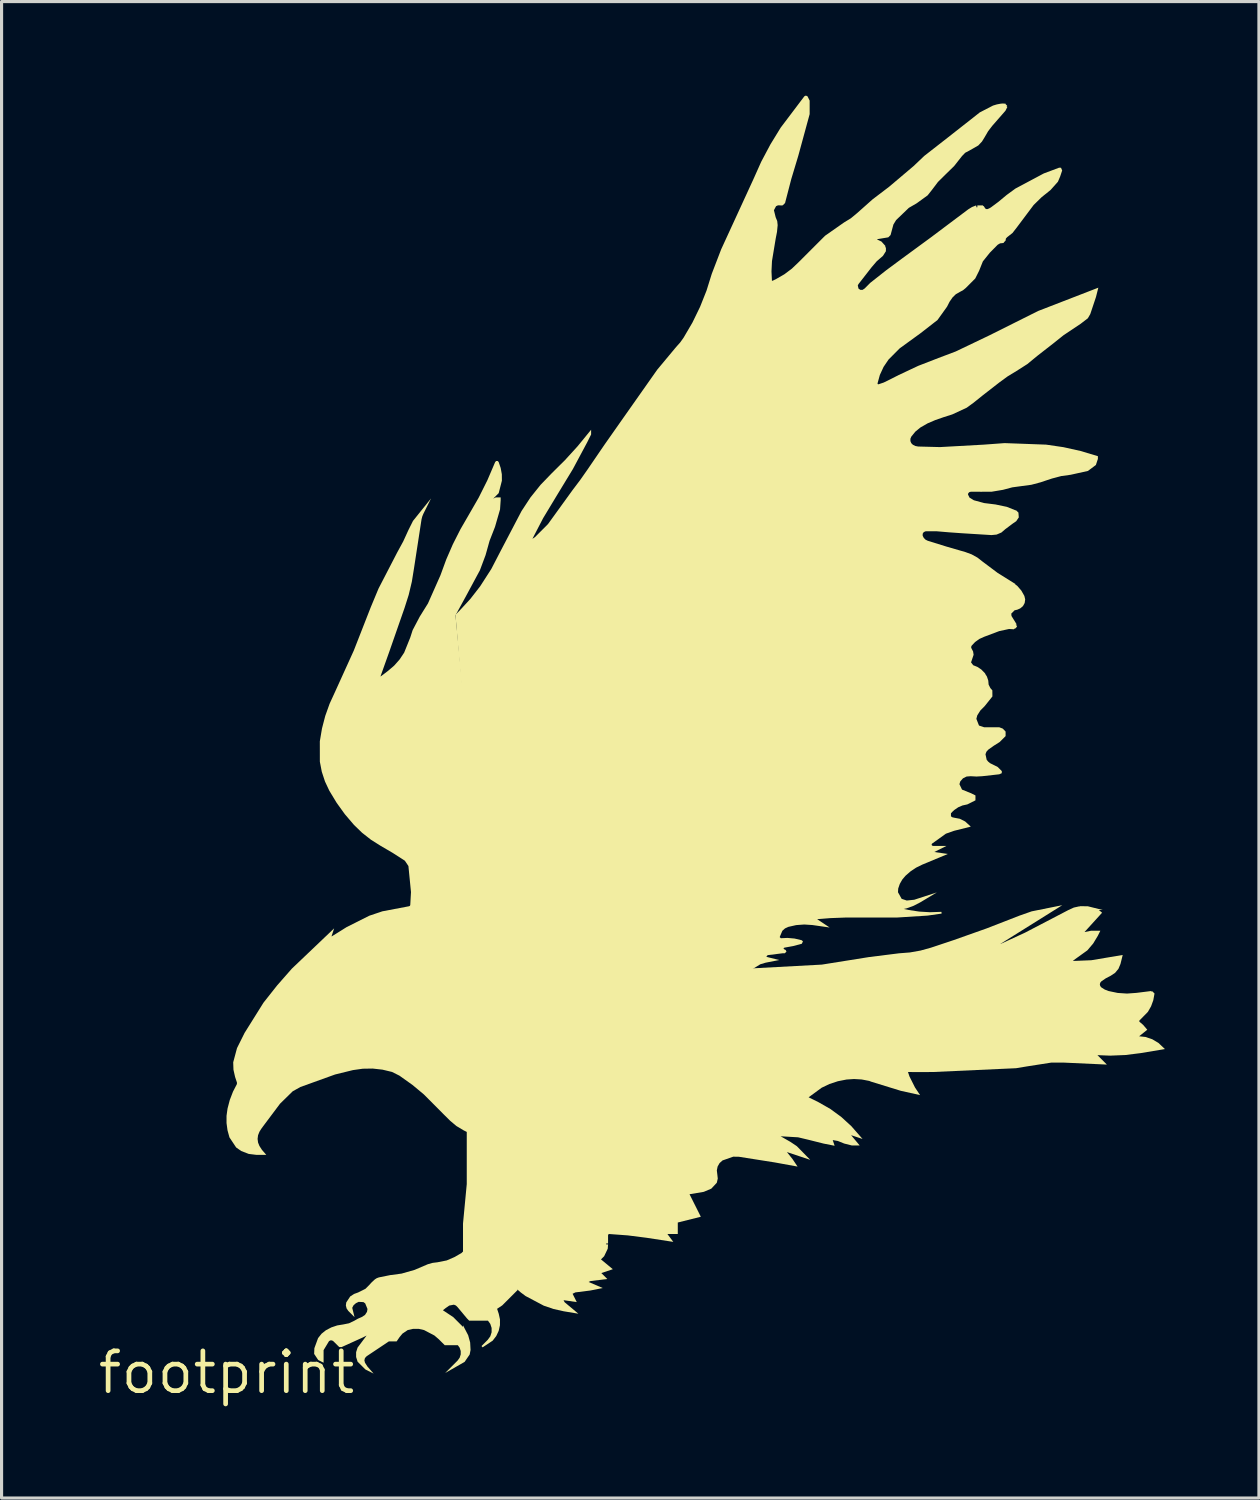
<source format=kicad_pcb>
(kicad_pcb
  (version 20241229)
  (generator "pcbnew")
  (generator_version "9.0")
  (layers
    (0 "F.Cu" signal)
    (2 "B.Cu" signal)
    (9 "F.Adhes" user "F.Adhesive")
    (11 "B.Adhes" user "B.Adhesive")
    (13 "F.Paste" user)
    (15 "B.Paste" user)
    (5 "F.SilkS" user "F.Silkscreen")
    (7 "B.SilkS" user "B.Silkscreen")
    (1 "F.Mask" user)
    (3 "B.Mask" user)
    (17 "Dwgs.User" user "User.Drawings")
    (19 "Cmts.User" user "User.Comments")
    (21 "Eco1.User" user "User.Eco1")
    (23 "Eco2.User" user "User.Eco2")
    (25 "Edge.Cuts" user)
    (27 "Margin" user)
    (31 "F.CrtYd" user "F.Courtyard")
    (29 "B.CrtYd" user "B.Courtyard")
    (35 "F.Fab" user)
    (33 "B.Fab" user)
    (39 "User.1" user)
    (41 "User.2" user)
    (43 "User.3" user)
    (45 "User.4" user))
  (footprint "footprint"
    (layer "F.Cu")
    (at 4.18 40.748)
    (property "Reference" "footprint" (at 0 0 0) (layer "F.SilkS") (effects (font (size 1.27 1.27) (thickness 0.15))))
    (fp_poly (pts (xy 1.213 -10.339) (xy 1.402 -10.184) (xy 1.383 -10.16) (xy 1.41 -10.173) (xy 1.483 -10.015) (xy 1.473 -9.671) (xy 1.398 -9.53) (xy 1.155 -9.351) (xy 0.987 -9.313) (xy 0.817 -9.313) (xy 0.65 -9.351) (xy 0.566 -9.403) (xy 0.513 -9.488) (xy 0.485 -9.649) (xy 0.512 -9.804) (xy 0.541 -9.8) (xy 0.519 -9.82) (xy 0.568 -9.873) (xy 0.608 -9.856) (xy 0.567 -9.918) (xy 0.635 -10.055) (xy 0.691 -10.151) (xy 0.76 -10.241) (xy 0.852 -10.318) (xy 0.964 -10.363) (xy 1.085 -10.371)) (stroke (width 0) (type solid)) (fill yes) (layer "F.SilkS"))
    (fp_poly (pts (xy 24.694 -13.677) (xy 24.703 -13.677) (xy 25.478 -14.035) (xy 26.861 -14.756) (xy 27.038 -14.837) (xy 27.228 -14.879) (xy 27.234 -14.85) (xy 27.234 -14.88) (xy 27.482 -14.878) (xy 27.96 -14.759) (xy 27.835 -14.759) (xy 27.939 -14.672) (xy 27.378 -14.055) (xy 27.592 -14.098) (xy 27.884 -14.098) (xy 27.802 -13.933) (xy 27.655 -13.69) (xy 27.469 -13.471) (xy 27.014 -13.144) (xy 27.012 -13.142) (xy 27.015 -13.136) (xy 27.113 -13.136) (xy 27.596 -13.156) (xy 28.597 -13.324) (xy 28.526 -13.037) (xy 28.461 -12.882) (xy 28.352 -12.751) (xy 28.212 -12.659) (xy 28.056 -12.578) (xy 27.916 -12.482) (xy 27.88 -12.438) (xy 27.867 -12.385) (xy 27.88 -12.332) (xy 27.916 -12.288) (xy 28.024 -12.22) (xy 28.145 -12.173) (xy 28.437 -12.112) (xy 28.735 -12.092) (xy 29.035 -12.114) (xy 29.515 -12.174) (xy 29.519 -12.144) (xy 29.54 -12.166) (xy 29.612 -12.094) (xy 29.573 -11.88) (xy 29.503 -11.687) (xy 29.401 -11.508) (xy 29.128 -11.23) (xy 29.128 -11.196) (xy 29.249 -11.093) (xy 29.381 -10.938) (xy 29.121 -10.729) (xy 29.325 -10.707) (xy 29.541 -10.634) (xy 29.737 -10.517) (xy 29.944 -10.321) (xy 29.163 -10.191) (xy 28.682 -10.131) (xy 28.197 -10.111) (xy 27.791 -10.127) (xy 28.092 -9.826) (xy 26.693 -9.89) (xy 26.312 -9.888) (xy 25.556 -9.77) (xy 25.194 -9.71) (xy 22.546 -9.589) (xy 22.124 -9.586) (xy 21.745 -9.589) (xy 21.791 -9.45) (xy 21.97 -9.093) (xy 22.131 -8.852) (xy 21.515 -8.989) (xy 20.542 -9.289) (xy 20.553 -9.289) (xy 20.501 -9.306) (xy 20.265 -9.351) (xy 20.024 -9.365) (xy 19.784 -9.349) (xy 19.509 -9.295) (xy 19.242 -9.207) (xy 18.99 -9.087) (xy 18.574 -8.782) (xy 18.892 -8.624) (xy 19.268 -8.409) (xy 19.618 -8.153) (xy 19.938 -7.86) (xy 20.295 -7.452) (xy 19.93 -7.573) (xy 20.204 -7.244) (xy 19.956 -7.244) (xy 19.71 -7.306) (xy 19.507 -7.388) (xy 19.343 -7.417) (xy 19.404 -7.235) (xy 19.052 -7.305) (xy 18.57 -7.426) (xy 18.238 -7.505) (xy 17.681 -7.538) (xy 17.992 -7.36) (xy 18.197 -7.223) (xy 18.625 -6.786) (xy 17.882 -7.034) (xy 18.06 -6.811) (xy 18.221 -6.571) (xy 17.49 -6.704) (xy 16.35 -6.884) (xy 16.169 -6.887) (xy 15.827 -6.767) (xy 15.733 -6.683) (xy 15.67 -6.572) (xy 15.645 -6.448) (xy 15.661 -6.316) (xy 15.675 -6.188) (xy 15.644 -6.055) (xy 15.469 -5.867) (xy 15.229 -5.765) (xy 14.774 -5.689) (xy 15.134 -4.97) (xy 14.399 -4.786) (xy 14.399 -4.419) (xy 14.068 -4.419) (xy 14.256 -4.168) (xy 13.403 -4.299) (xy 12.804 -4.375) (xy 12.209 -4.419) (xy 12.184 -4.409) (xy 12.174 -4.383) (xy 12.174 -4.118) (xy 12.114 -4.118) (xy 12.114 -4.088) (xy 12.144 -4.088) (xy 12.174 -4.086) (xy 12.164 -3.951) (xy 12.049 -3.71) (xy 11.948 -3.609) (xy 12.326 -3.296) (xy 11.959 -3.173) (xy 12.149 -2.984) (xy 11.612 -2.917) (xy 11.554 -2.888) (xy 12.004 -2.695) (xy 11.608 -2.616) (xy 11.131 -2.556) (xy 11.042 -2.512) (xy 11.175 -2.247) (xy 10.754 -2.307) (xy 10.786 -2.244) (xy 11.226 -1.876) (xy 10.756 -1.954) (xy 10.435 -2.026) (xy 10.123 -2.132) (xy 9.543 -2.439) (xy 9.386 -2.556) (xy 9.23 -2.691) (xy 8.324 -12.835) (xy 16.773 -12.896) (xy 18.995 -13.016) (xy 20.497 -13.256) (xy 21.46 -13.377) (xy 21.805 -13.404) (xy 22.144 -13.464) (xy 22.476 -13.556) (xy 23.196 -13.796) (xy 24.254 -14.171) (xy 25.3 -14.578) (xy 25.693 -14.716) (xy 26.668 -14.912)) (stroke (width 0) (type solid)) (fill yes) (layer "F.SilkS"))
    (fp_poly (pts (xy 4.601 -24.42) (xy 4.85 -25.018) (xy 5.444 -26.166) (xy 5.637 -26.52) (xy 5.805 -26.887) (xy 5.949 -27.175) (xy 6.525 -27.893) (xy 6.28 -27.402) (xy 6.245 -27.317) (xy 6.222 -27.228) (xy 5.982 -25.667) (xy 5.913 -25.238) (xy 5.812 -24.814) (xy 5.68 -24.399) (xy 5.198 -23.016) (xy 4.912 -22.214) (xy 4.92 -22.214) (xy 5.151 -22.388) (xy 5.35 -22.559) (xy 5.523 -22.755) (xy 5.667 -22.971) (xy 5.863 -23.457) (xy 5.938 -23.69) (xy 6.166 -24.123) (xy 6.427 -24.542) (xy 6.826 -25.442) (xy 7.009 -25.942) (xy 7.222 -26.432) (xy 7.463 -26.908) (xy 7.73 -27.37) (xy 8.043 -27.913) (xy 8.323 -28.473) (xy 8.572 -29.055) (xy 8.602 -29.086) (xy 8.652 -29.086) (xy 8.683 -29.054) (xy 8.747 -28.865) (xy 8.784 -28.664) (xy 8.786 -28.458) (xy 8.684 -28.061) (xy 8.508 -27.885) (xy 8.59 -27.926) (xy 8.747 -27.926) (xy 8.747 -27.834) (xy 8.727 -27.542) (xy 8.566 -26.984) (xy 8.393 -26.541) (xy 8.265 -26.083) (xy 8.084 -25.599) (xy 7.872 -25.206) (xy 7.662 -24.815) (xy 7.305 -24.162) (xy 8.624 -10.491) (xy 8.625 -10.491) (xy 8.627 -10.466) (xy 8.63 -10.432) (xy 8.63 -10.432) (xy 9.29 -2.634) (xy 8.797 -2.141) (xy 8.633 -2.032) (xy 8.686 -1.872) (xy 8.725 -1.693) (xy 8.724 -1.509) (xy 8.684 -1.329) (xy 8.605 -1.162) (xy 8.491 -1.015) (xy 8.17 -0.802) (xy 8.136 -0.844) (xy 8.334 -1.042) (xy 8.416 -1.154) (xy 8.458 -1.284) (xy 8.458 -1.421) (xy 8.416 -1.551) (xy 8.342 -1.653) (xy 7.743 -1.653) (xy 7.673 -1.724) (xy 7.373 -2.084) (xy 7.318 -2.138) (xy 7.254 -2.164) (xy 7.106 -2.136) (xy 6.989 -2.054) (xy 6.904 -1.986) (xy 7.234 -1.767) (xy 7.545 -1.455) (xy 7.545 -1.505) (xy 7.71 -1.188) (xy 7.773 -0.958) (xy 7.786 -0.719) (xy 7.758 -0.574) (xy 7.596 -0.338) (xy 6.975 0.017) (xy 7.372 -0.38) (xy 7.438 -0.471) (xy 7.472 -0.576) (xy 7.472 -0.686) (xy 7.438 -0.791) (xy 7.379 -0.872) (xy 6.961 -0.872) (xy 6.773 -1.06) (xy 6.632 -1.181) (xy 6.302 -1.354) (xy 6.131 -1.393) (xy 5.954 -1.393) (xy 5.783 -1.355) (xy 5.612 -1.24) (xy 5.52 -1.128) (xy 5.427 -0.992) (xy 5.179 -0.992) (xy 4.646 -0.636) (xy 4.556 -0.576) (xy 4.469 -0.518) (xy 4.416 -0.46) (xy 4.398 -0.388) (xy 4.417 -0.313) (xy 4.494 -0.192) (xy 4.692 0.035) (xy 4.431 -0.096) (xy 4.178 -0.348) (xy 4.178 -0.356) (xy 4.134 -0.494) (xy 4.134 -0.648) (xy 4.181 -0.795) (xy 4.469 -1.179) (xy 4.342 -1.115) (xy 3.674 -0.812) (xy 3.595 -0.812) (xy 3.408 -0.998) (xy 3.362 -1.025) (xy 3.312 -1.025) (xy 3.269 -1) (xy 3.096 -0.713) (xy 3.096 -0.312) (xy 2.925 -0.398) (xy 2.795 -0.593) (xy 2.802 -0.775) (xy 2.92 -1.097) (xy 3.031 -1.237) (xy 3.17 -1.348) (xy 3.344 -1.439) (xy 3.531 -1.502) (xy 3.722 -1.533) (xy 3.906 -1.57) (xy 4.074 -1.65) (xy 4.192 -1.717) (xy 4.314 -1.77) (xy 4.417 -1.836) (xy 4.481 -1.935) (xy 4.497 -2.026) (xy 4.424 -2.205) (xy 4.368 -2.246) (xy 4.215 -2.254) (xy 4.127 -2.211) (xy 4.052 -2.145) (xy 4.01 -2.064) (xy 4.083 -1.767) (xy 3.885 -1.965) (xy 3.831 -2.042) (xy 3.807 -2.137) (xy 3.819 -2.235) (xy 3.946 -2.427) (xy 4.068 -2.506) (xy 4.197 -2.553) (xy 4.431 -2.67) (xy 4.547 -2.786) (xy 4.634 -2.881) (xy 4.731 -2.97) (xy 4.793 -3.01) (xy 4.862 -3.035) (xy 5.224 -3.108) (xy 5.585 -3.156) (xy 6.002 -3.275) (xy 6.423 -3.455) (xy 6.575 -3.498) (xy 6.729 -3.517) (xy 7.025 -3.576) (xy 7.268 -3.681) (xy 7.497 -3.812) (xy 7.545 -3.86) (xy 7.545 -4.751) (xy 7.665 -6.013) (xy 7.665 -7.677) (xy 7.56 -7.73) (xy 7.335 -7.865) (xy 7.134 -8.034) (xy 6.922 -8.244) (xy 6.712 -8.456) (xy 6.293 -8.876) (xy 5.934 -9.175) (xy 5.516 -9.473) (xy 5.28 -9.591) (xy 4.975 -9.664) (xy 4.662 -9.699) (xy 4.347 -9.694) (xy 4.034 -9.65) (xy 3.464 -9.51) (xy 2.357 -9.111) (xy 2.111 -8.974) (xy 1.706 -8.577) (xy 1.167 -7.858) (xy 1.104 -7.771) (xy 1.049 -7.682) (xy 1.005 -7.571) (xy 0.99 -7.455) (xy 1.005 -7.338) (xy 1.049 -7.228) (xy 1.128 -7.106) (xy 1.268 -6.944) (xy 0.96 -6.944) (xy 0.707 -6.975) (xy 0.467 -7.068) (xy 0.305 -7.182) (xy 0.09 -7.506) (xy 0.09 -7.511) (xy 0.03 -7.729) (xy -0.001 -7.96) (xy -0.001 -8.192) (xy 0.031 -8.423) (xy 0.103 -8.697) (xy 0.205 -8.962) (xy 0.331 -9.206) (xy 0.331 -9.254) (xy 0.272 -9.431) (xy 0.22 -9.661) (xy 0.212 -9.899) (xy 0.333 -10.351) (xy 0.575 -10.837) (xy 1.178 -11.801) (xy 1.616 -12.355) (xy 2.083 -12.887) (xy 3.433 -14.173) (xy 3.349 -13.918) (xy 3.358 -13.918) (xy 3.833 -14.214) (xy 4.557 -14.577) (xy 4.973 -14.717) (xy 5.822 -14.878) (xy 5.85 -14.892) (xy 5.862 -14.917) (xy 5.885 -15.331) (xy 5.803 -16.162) (xy 5.69 -16.331) (xy 5.31 -16.576) (xy 4.914 -16.808) (xy 4.609 -17) (xy 4.325 -17.223) (xy 4.066 -17.474) (xy 3.775 -17.815) (xy 3.513 -18.179) (xy 3.277 -18.569) (xy 3.277 -18.57) (xy 3.141 -18.859) (xy 3.039 -19.17) (xy 2.977 -19.492) (xy 2.976 -20.143) (xy 3.045 -20.552) (xy 3.149 -20.952) (xy 3.288 -21.341) (xy 3.46 -21.716) (xy 4.06 -23.038)) (stroke (width 0) (type solid)) (fill yes) (layer "F.SilkS"))
    (fp_poly (pts (xy 18.539 -40.724) (xy 18.607 -40.588) (xy 18.607 -40.156) (xy 18.245 -38.829) (xy 18.02 -38.082) (xy 17.825 -37.331) (xy 17.825 -37.322) (xy 17.749 -37.246) (xy 17.705 -37.241) (xy 17.673 -37.244) (xy 17.597 -37.246) (xy 17.535 -37.218) (xy 17.467 -37.09) (xy 17.523 -36.863) (xy 17.572 -36.745) (xy 17.586 -36.613) (xy 17.565 -36.397) (xy 17.524 -36.187) (xy 17.405 -35.468) (xy 17.389 -35.14) (xy 17.403 -34.84) (xy 17.428 -34.84) (xy 17.541 -34.896) (xy 17.801 -35.046) (xy 18.039 -35.225) (xy 18.256 -35.432) (xy 19.099 -36.275) (xy 19.703 -36.698) (xy 19.923 -36.833) (xy 20.121 -36.997) (xy 20.616 -37.437) (xy 21.144 -37.839) (xy 21.924 -38.499) (xy 22.265 -38.823) (xy 23.007 -39.402) (xy 23.849 -40.063) (xy 24.036 -40.211) (xy 24.458 -40.429) (xy 24.58 -40.466) (xy 24.705 -40.49) (xy 24.769 -40.495) (xy 24.861 -40.489) (xy 24.86 -40.473) (xy 24.911 -40.422) (xy 24.89 -40.401) (xy 24.917 -40.387) (xy 24.855 -40.264) (xy 24.432 -39.78) (xy 24.302 -39.61) (xy 24.194 -39.424) (xy 24.106 -39.281) (xy 23.989 -39.156) (xy 23.702 -38.992) (xy 23.571 -38.923) (xy 23.469 -38.818) (xy 23.218 -38.499) (xy 22.927 -38.215) (xy 22.701 -37.991) (xy 22.509 -37.737) (xy 22.372 -37.564) (xy 22.02 -37.309) (xy 21.773 -37.166) (xy 21.366 -36.775) (xy 21.28 -36.634) (xy 21.189 -36.297) (xy 21.116 -36.224) (xy 20.759 -36.165) (xy 20.764 -36.154) (xy 20.898 -36.09) (xy 21.024 -35.95) (xy 21.017 -35.944) (xy 21.041 -35.878) (xy 21.04 -35.781) (xy 20.945 -35.631) (xy 20.75 -35.463) (xy 20.585 -35.271) (xy 20.166 -34.733) (xy 20.143 -34.688) (xy 20.167 -34.587) (xy 20.224 -34.549) (xy 20.297 -34.549) (xy 20.362 -34.592) (xy 20.541 -34.772) (xy 21.048 -35.172) (xy 21.565 -35.555) (xy 22.467 -36.216) (xy 23.67 -37.119) (xy 23.789 -37.192) (xy 23.917 -37.242) (xy 23.928 -37.214) (xy 23.928 -37.184) (xy 23.958 -37.184) (xy 23.958 -37.244) (xy 24.138 -37.244) (xy 24.138 -37.232) (xy 24.168 -37.214) (xy 24.193 -37.172) (xy 24.23 -37.127) (xy 24.283 -37.125) (xy 24.337 -37.148) (xy 24.392 -37.18) (xy 24.631 -37.358) (xy 24.895 -37.577) (xy 25.174 -37.781) (xy 26.08 -38.264) (xy 26.568 -38.447) (xy 26.628 -38.445) (xy 26.665 -38.358) (xy 26.601 -38.166) (xy 26.53 -37.999) (xy 26.293 -37.733) (xy 26.01 -37.506) (xy 25.754 -37.255) (xy 25.214 -36.535) (xy 25.08 -36.363) (xy 24.91 -36.23) (xy 24.87 -36.187) (xy 24.86 -36.129) (xy 24.86 -36.12) (xy 24.8 -36.06) (xy 24.801 -36.045) (xy 24.683 -36.032) (xy 24.608 -35.988) (xy 24.357 -35.734) (xy 24.134 -35.456) (xy 24.015 -35.158) (xy 23.892 -34.912) (xy 23.739 -34.758) (xy 23.739 -34.758) (xy 23.588 -34.607) (xy 23.5 -34.535) (xy 23.401 -34.483) (xy 23.273 -34.41) (xy 23.169 -34.309) (xy 23.072 -34.169) (xy 22.992 -34.012) (xy 22.687 -33.586) (xy 22.142 -33.162) (xy 21.482 -32.683) (xy 21.125 -32.325) (xy 20.966 -32.09) (xy 20.847 -31.832) (xy 20.773 -31.563) (xy 20.78 -31.541) (xy 20.801 -31.534) (xy 20.971 -31.591) (xy 21.21 -31.709) (xy 21.45 -31.831) (xy 22.073 -32.124) (xy 22.715 -32.373) (xy 23.268 -32.582) (xy 24.336 -33.093) (xy 25.9 -33.875) (xy 27.819 -34.618) (xy 27.744 -34.32) (xy 27.562 -33.775) (xy 27.485 -33.642) (xy 27.252 -33.463) (xy 26.711 -33.102) (xy 26.411 -32.862) (xy 25.871 -32.441) (xy 25.554 -32.18) (xy 25.206 -31.958) (xy 24.929 -31.79) (xy 24.667 -31.599) (xy 24.127 -31.179) (xy 23.826 -30.938) (xy 23.619 -30.787) (xy 23.157 -30.573) (xy 22.884 -30.486) (xy 22.616 -30.393) (xy 22.371 -30.288) (xy 22.141 -30.156) (xy 21.98 -30.024) (xy 21.85 -29.864) (xy 21.822 -29.796) (xy 21.822 -29.723) (xy 21.85 -29.656) (xy 21.902 -29.604) (xy 21.98 -29.566) (xy 22.068 -29.549) (xy 22.766 -29.531) (xy 24.166 -29.609) (xy 24.828 -29.658) (xy 26.155 -29.609) (xy 26.707 -29.528) (xy 27.251 -29.407) (xy 27.805 -29.241) (xy 27.805 -29.153) (xy 27.741 -28.96) (xy 27.488 -28.77) (xy 26.939 -28.648) (xy 26.635 -28.606) (xy 26.341 -28.528) (xy 26.162 -28.469) (xy 25.981 -28.408) (xy 25.681 -28.328) (xy 25.375 -28.287) (xy 25.072 -28.246) (xy 24.776 -28.167) (xy 24.411 -28.106) (xy 24.078 -28.105) (xy 23.751 -28.106) (xy 23.703 -28.093) (xy 23.67 -28.06) (xy 23.659 -28.019) (xy 23.71 -27.917) (xy 23.847 -27.834) (xy 24.174 -27.745) (xy 24.537 -27.7) (xy 24.899 -27.624) (xy 25.183 -27.51) (xy 25.19 -27.517) (xy 25.269 -27.442) (xy 25.281 -27.287) (xy 25.199 -27.166) (xy 25.088 -27.09) (xy 24.848 -26.91) (xy 24.727 -26.805) (xy 24.573 -26.739) (xy 24.409 -26.723) (xy 23.445 -26.783) (xy 23.054 -26.811) (xy 22.664 -26.844) (xy 22.31 -26.844) (xy 22.249 -26.819) (xy 22.214 -26.766) (xy 22.214 -26.701) (xy 22.249 -26.633) (xy 22.304 -26.577) (xy 22.376 -26.541) (xy 22.973 -26.356) (xy 23.577 -26.181) (xy 23.775 -26.108) (xy 23.961 -26.005) (xy 24.126 -25.876) (xy 24.606 -25.516) (xy 25.175 -25.16) (xy 25.157 -25.16) (xy 25.238 -25.096) (xy 25.363 -24.95) (xy 25.459 -24.781) (xy 25.485 -24.67) (xy 25.469 -24.556) (xy 25.414 -24.456) (xy 25.326 -24.383) (xy 25.233 -24.342) (xy 25.146 -24.322) (xy 25.041 -24.217) (xy 25.048 -24.141) (xy 25.232 -23.844) (xy 25.179 -23.896) (xy 25.22 -23.814) (xy 25.22 -23.795) (xy 25.152 -23.726) (xy 25.13 -23.747) (xy 25.129 -23.717) (xy 24.97 -23.726) (xy 24.658 -23.659) (xy 24.18 -23.479) (xy 24.024 -23.409) (xy 23.887 -23.311) (xy 23.774 -23.19) (xy 23.759 -23.146) (xy 23.775 -23.098) (xy 23.822 -23.011) (xy 23.839 -22.903) (xy 23.774 -22.709) (xy 23.774 -22.709) (xy 23.757 -22.661) (xy 23.826 -22.57) (xy 23.958 -22.517) (xy 24.085 -22.433) (xy 24.211 -22.304) (xy 24.206 -22.3) (xy 24.264 -22.208) (xy 24.307 -22.079) (xy 24.318 -21.952) (xy 24.374 -21.84) (xy 24.437 -21.768) (xy 24.439 -21.573) (xy 24.191 -21.263) (xy 24.055 -21.126) (xy 23.956 -20.97) (xy 23.927 -20.859) (xy 24.011 -20.645) (xy 24.173 -20.591) (xy 24.655 -20.591) (xy 24.77 -20.547) (xy 24.86 -20.453) (xy 24.86 -20.308) (xy 24.668 -20.117) (xy 24.482 -20) (xy 24.309 -19.877) (xy 24.248 -19.81) (xy 24.218 -19.729) (xy 24.256 -19.552) (xy 24.304 -19.494) (xy 24.365 -19.444) (xy 24.607 -19.323) (xy 24.739 -19.191) (xy 24.739 -19.178) (xy 24.737 -19.124) (xy 24.657 -19.089) (xy 24.11 -19.028) (xy 23.928 -19.018) (xy 23.748 -19.028) (xy 23.615 -19.018) (xy 23.499 -18.96) (xy 23.414 -18.863) (xy 23.387 -18.774) (xy 23.469 -18.601) (xy 23.76 -18.484) (xy 23.898 -18.415) (xy 23.898 -18.258) (xy 23.637 -18.128) (xy 23.485 -18.095) (xy 23.349 -18.037) (xy 23.225 -17.952) (xy 23.165 -17.897) (xy 23.116 -17.844) (xy 23.116 -17.75) (xy 23.154 -17.72) (xy 23.213 -17.705) (xy 23.397 -17.67) (xy 23.569 -17.584) (xy 23.749 -17.419) (xy 23.215 -17.286) (xy 22.955 -17.194) (xy 22.51 -16.875) (xy 22.498 -16.843) (xy 22.512 -16.815) (xy 22.549 -16.804) (xy 22.973 -16.804) (xy 22.584 -16.609) (xy 23.018 -16.547) (xy 22.197 -16.205) (xy 22.004 -16.11) (xy 21.826 -15.991) (xy 21.665 -15.851) (xy 21.563 -15.73) (xy 21.484 -15.592) (xy 21.433 -15.445) (xy 21.426 -15.325) (xy 21.543 -15.115) (xy 21.706 -15.061) (xy 21.945 -15.086) (xy 22.666 -15.32) (xy 22.139 -15.004) (xy 21.927 -14.894) (xy 21.702 -14.812) (xy 21.607 -14.791) (xy 21.769 -14.759) (xy 22.105 -14.708) (xy 22.444 -14.688) (xy 22.813 -14.7) (xy 22.818 -14.644) (xy 22.368 -14.58) (xy 21.404 -14.519) (xy 19.78 -14.519) (xy 19.27 -14.5) (xy 18.846 -14.466) (xy 19.245 -14.2) (xy 18.694 -14.279) (xy 18.435 -14.296) (xy 18.177 -14.277) (xy 17.926 -14.22) (xy 17.82 -14.171) (xy 17.736 -14.095) (xy 17.651 -13.895) (xy 17.687 -13.858) (xy 17.899 -13.868) (xy 18.125 -13.848) (xy 18.351 -13.795) (xy 18.393 -13.759) (xy 18.358 -13.682) (xy 18.075 -13.607) (xy 17.805 -13.558) (xy 17.778 -13.545) (xy 17.772 -13.533) (xy 17.811 -13.494) (xy 17.841 -13.485) (xy 17.867 -13.429) (xy 17.806 -13.376) (xy 17.765 -13.379) (xy 17.738 -13.377) (xy 17.268 -13.318) (xy 17.229 -13.279) (xy 17.233 -13.265) (xy 17.263 -13.255) (xy 17.632 -13.163) (xy 17.201 -13.077) (xy 17.033 -13.027) (xy 16.722 -12.836) (xy 8.269 -12.775) (xy 7.304 -24.18) (xy 7.433 -24.31) (xy 7.779 -24.685) (xy 8.092 -25.088) (xy 8.448 -25.641) (xy 8.751 -26.226) (xy 9.413 -27.49) (xy 9.697 -27.923) (xy 10.021 -28.327) (xy 10.379 -28.698) (xy 10.802 -29.118) (xy 11.203 -29.558) (xy 11.633 -30.084) (xy 11.633 -29.933) (xy 11.509 -29.685) (xy 11.051 -28.829) (xy 10.547 -28) (xy 10.102 -27.263) (xy 9.76 -26.603) (xy 9.841 -26.657) (xy 10.257 -27.074) (xy 11.038 -28.154) (xy 11.284 -28.48) (xy 11.519 -28.815) (xy 12.055 -29.6) (xy 12.601 -30.378) (xy 13.744 -32.002) (xy 14.346 -32.725) (xy 14.474 -32.868) (xy 14.584 -33.022) (xy 14.866 -33.504) (xy 15.11 -34.006) (xy 15.316 -34.524) (xy 15.483 -35.059) (xy 15.784 -35.843) (xy 16.807 -38.068) (xy 17.062 -38.638) (xy 17.355 -39.19) (xy 17.682 -39.724) (xy 18.438 -40.725) (xy 18.487 -40.748)) (stroke (width 0) (type solid)) (fill yes) (layer "F.SilkS")))
  (gr_rect
    (start -3 -3)
    (end 37.124 44.754)
    (stroke (width 0.1) (type default))
    (fill no)
    (layer "Edge.Cuts")))
</source>
